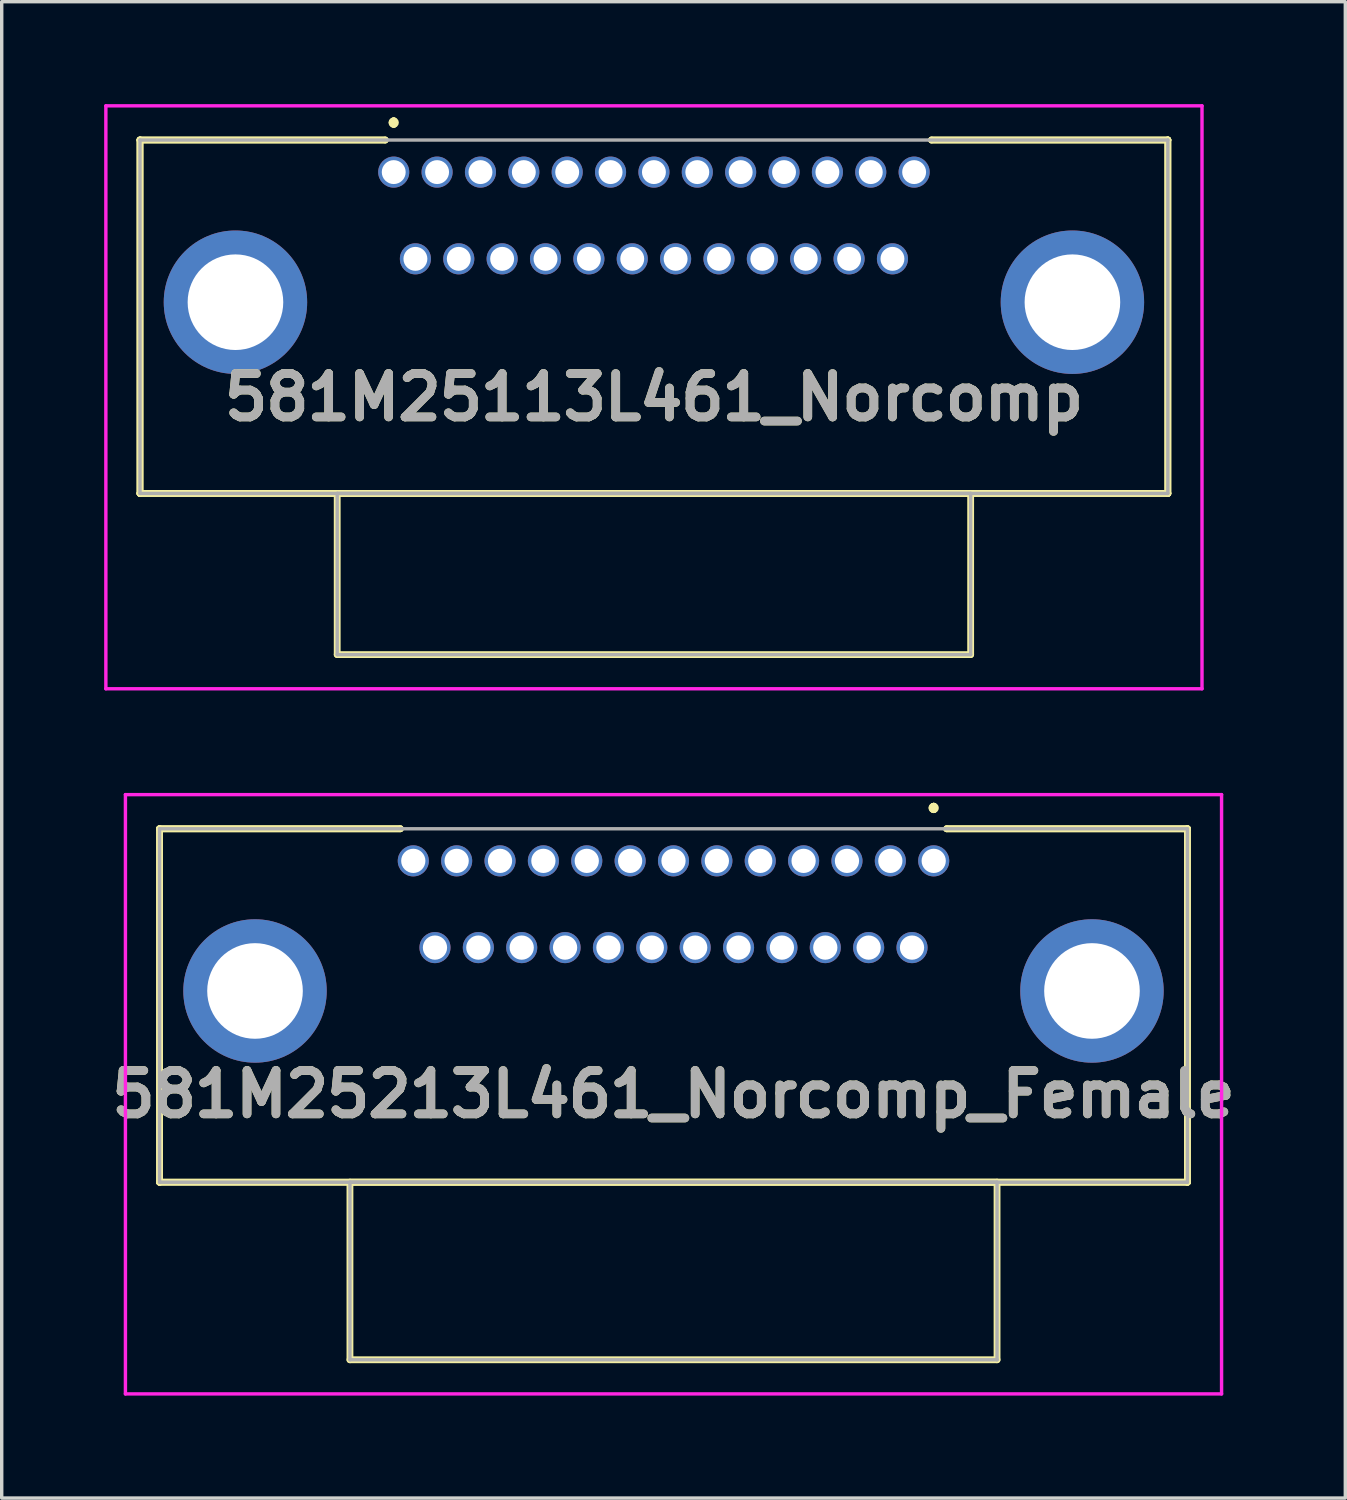
<source format=kicad_pcb>
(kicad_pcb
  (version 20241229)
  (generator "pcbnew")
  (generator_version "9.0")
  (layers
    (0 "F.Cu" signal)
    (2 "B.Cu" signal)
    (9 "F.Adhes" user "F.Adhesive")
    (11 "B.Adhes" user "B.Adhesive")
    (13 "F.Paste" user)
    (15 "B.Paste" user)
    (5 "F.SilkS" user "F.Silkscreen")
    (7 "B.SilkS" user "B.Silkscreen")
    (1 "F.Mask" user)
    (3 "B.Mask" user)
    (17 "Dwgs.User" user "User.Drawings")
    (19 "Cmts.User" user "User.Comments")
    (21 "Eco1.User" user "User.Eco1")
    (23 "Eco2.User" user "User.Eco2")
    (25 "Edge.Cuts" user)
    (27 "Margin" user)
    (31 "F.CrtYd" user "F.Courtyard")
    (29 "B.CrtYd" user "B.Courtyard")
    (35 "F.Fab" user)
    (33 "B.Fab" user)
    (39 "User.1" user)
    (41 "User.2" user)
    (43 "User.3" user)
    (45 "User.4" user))
  (footprint "581M25213L461_Norcomp_Female"
    (layer "F.Cu")
    (at 24.293 22.16)
    (property "Reference" "581M25213L461_Norcomp_Female" (at -7.62 6.835 0) (layer "F.SilkS") (effects (font (size 1.27 1.27) (thickness 0.254))))
    (attr through_hole)
    (fp_line (start -22.67 -0.94) (end -22.67 -0.94) (stroke (width 0.2) (type solid)) (layer "F.SilkS"))
    (fp_line (start -22.67 -0.94) (end -22.67 -0.94) (stroke (width 0.2) (type solid)) (layer "F.SilkS"))
    (fp_line (start -22.67 -0.94) (end -22.67 9.41) (stroke (width 0.2) (type solid)) (layer "F.SilkS"))
    (fp_line (start -22.67 -0.94) (end -15.62 -0.94) (stroke (width 0.2) (type solid)) (layer "F.SilkS"))
    (fp_line (start -22.67 9.41) (end -22.67 -0.94) (stroke (width 0.2) (type solid)) (layer "F.SilkS"))
    (fp_line (start -22.67 9.41) (end -22.67 9.41) (stroke (width 0.2) (type solid)) (layer "F.SilkS"))
    (fp_line (start -22.67 9.41) (end -22.67 9.41) (stroke (width 0.2) (type solid)) (layer "F.SilkS"))
    (fp_line (start -22.67 9.41) (end 7.43 9.41) (stroke (width 0.2) (type solid)) (layer "F.SilkS"))
    (fp_line (start -17.095 9.41) (end 1.855 9.41) (stroke (width 0.2) (type solid)) (layer "F.SilkS"))
    (fp_line (start -17.095 14.61) (end -17.095 9.41) (stroke (width 0.2) (type solid)) (layer "F.SilkS"))
    (fp_line (start -15.62 -0.94) (end -22.67 -0.94) (stroke (width 0.2) (type solid)) (layer "F.SilkS"))
    (fp_line (start -15.62 -0.94) (end -15.62 -0.94) (stroke (width 0.2) (type solid)) (layer "F.SilkS"))
    (fp_line (start 0 -1.6) (end 0 -1.6) (stroke (width 0.2) (type solid)) (layer "F.SilkS"))
    (fp_line (start 0 -1.6) (end 0 -1.6) (stroke (width 0.2) (type solid)) (layer "F.SilkS"))
    (fp_line (start 0 -1.5) (end 0 -1.5) (stroke (width 0.2) (type solid)) (layer "F.SilkS"))
    (fp_line (start 0.38 -0.94) (end 0.38 -0.94) (stroke (width 0.2) (type solid)) (layer "F.SilkS"))
    (fp_line (start 0.38 -0.94) (end 7.43 -0.94) (stroke (width 0.2) (type solid)) (layer "F.SilkS"))
    (fp_line (start 1.855 9.41) (end 1.855 14.61) (stroke (width 0.2) (type solid)) (layer "F.SilkS"))
    (fp_line (start 1.855 14.61) (end -17.095 14.61) (stroke (width 0.2) (type solid)) (layer "F.SilkS"))
    (fp_line (start 7.43 -0.94) (end 0.38 -0.94) (stroke (width 0.2) (type solid)) (layer "F.SilkS"))
    (fp_line (start 7.43 -0.94) (end 7.43 -0.94) (stroke (width 0.2) (type solid)) (layer "F.SilkS"))
    (fp_line (start 7.43 -0.94) (end 7.43 -0.94) (stroke (width 0.2) (type solid)) (layer "F.SilkS"))
    (fp_line (start 7.43 -0.94) (end 7.43 9.41) (stroke (width 0.2) (type solid)) (layer "F.SilkS"))
    (fp_line (start 7.43 9.41) (end -22.67 9.41) (stroke (width 0.2) (type solid)) (layer "F.SilkS"))
    (fp_line (start 7.43 9.41) (end 7.43 -0.94) (stroke (width 0.2) (type solid)) (layer "F.SilkS"))
    (fp_line (start 7.43 9.41) (end 7.43 9.41) (stroke (width 0.2) (type solid)) (layer "F.SilkS"))
    (fp_line (start 7.43 9.41) (end 7.43 9.41) (stroke (width 0.2) (type solid)) (layer "F.SilkS"))
    (fp_arc (start 0 -1.6) (mid 0.05 -1.55) (end 0 -1.5) (stroke (width 0.2) (type solid)) (layer "F.SilkS"))
    (fp_arc (start 0 -1.5) (mid -0.05 -1.55) (end 0 -1.6) (stroke (width 0.2) (type solid)) (layer "F.SilkS"))
    (fp_arc (start 0 -1.5) (mid -0.05 -1.55) (end 0 -1.6) (stroke (width 0.2) (type solid)) (layer "F.SilkS"))
    (fp_line (start -23.67 -1.94) (end 8.43 -1.94) (stroke (width 0.1) (type solid)) (layer "F.CrtYd"))
    (fp_line (start -23.67 15.61) (end -23.67 -1.94) (stroke (width 0.1) (type solid)) (layer "F.CrtYd"))
    (fp_line (start 8.43 -1.94) (end 8.43 15.61) (stroke (width 0.1) (type solid)) (layer "F.CrtYd"))
    (fp_line (start 8.43 15.61) (end -23.67 15.61) (stroke (width 0.1) (type solid)) (layer "F.CrtYd"))
    (fp_line (start -22.67 -0.94) (end -22.67 9.41) (stroke (width 0.1) (type solid)) (layer "F.Fab"))
    (fp_line (start -22.67 9.41) (end 7.43 9.41) (stroke (width 0.1) (type solid)) (layer "F.Fab"))
    (fp_line (start -17.095 9.41) (end 1.855 9.41) (stroke (width 0.1) (type solid)) (layer "F.Fab"))
    (fp_line (start -17.095 14.61) (end -17.095 9.41) (stroke (width 0.1) (type solid)) (layer "F.Fab"))
    (fp_line (start 1.855 9.41) (end 1.855 14.61) (stroke (width 0.1) (type solid)) (layer "F.Fab"))
    (fp_line (start 1.855 14.61) (end -17.095 14.61) (stroke (width 0.1) (type solid)) (layer "F.Fab"))
    (fp_line (start 7.43 -0.94) (end -22.67 -0.94) (stroke (width 0.1) (type solid)) (layer "F.Fab"))
    (fp_line (start 7.43 9.41) (end 7.43 -0.94) (stroke (width 0.1) (type solid)) (layer "F.Fab"))
    (fp_text user "${REFERENCE}" (at -7.62 6.835 0) (layer "F.Fab") (effects (font (size 1.27 1.27) (thickness 0.254))))
    (pad "0" thru_hole circle (at -19.875 3.81) (size 4.2 4.2) (drill 2.8) (layers "*.Cu" "*.Mask"))
    (pad "0" thru_hole circle (at 4.635 3.81) (size 4.2 4.2) (drill 2.8) (layers "*.Cu" "*.Mask"))
    (pad "1" thru_hole circle (at 0 0) (size 0.91 0.91) (drill 0.71) (layers "*.Cu" "*.Mask"))
    (pad "2" thru_hole circle (at -1.27 0) (size 0.91 0.91) (drill 0.71) (layers "*.Cu" "*.Mask"))
    (pad "3" thru_hole circle (at -2.54 0) (size 0.91 0.91) (drill 0.71) (layers "*.Cu" "*.Mask"))
    (pad "4" thru_hole circle (at -3.81 0) (size 0.91 0.91) (drill 0.71) (layers "*.Cu" "*.Mask"))
    (pad "5" thru_hole circle (at -5.08 0) (size 0.91 0.91) (drill 0.71) (layers "*.Cu" "*.Mask"))
    (pad "6" thru_hole circle (at -6.35 0) (size 0.91 0.91) (drill 0.71) (layers "*.Cu" "*.Mask"))
    (pad "7" thru_hole circle (at -7.62 0) (size 0.91 0.91) (drill 0.71) (layers "*.Cu" "*.Mask"))
    (pad "8" thru_hole circle (at -8.89 0) (size 0.91 0.91) (drill 0.71) (layers "*.Cu" "*.Mask"))
    (pad "9" thru_hole circle (at -10.16 0) (size 0.91 0.91) (drill 0.71) (layers "*.Cu" "*.Mask"))
    (pad "10" thru_hole circle (at -11.43 0) (size 0.91 0.91) (drill 0.71) (layers "*.Cu" "*.Mask"))
    (pad "11" thru_hole circle (at -12.7 0) (size 0.91 0.91) (drill 0.71) (layers "*.Cu" "*.Mask"))
    (pad "12" thru_hole circle (at -13.97 0) (size 0.91 0.91) (drill 0.71) (layers "*.Cu" "*.Mask"))
    (pad "13" thru_hole circle (at -15.24 0) (size 0.91 0.91) (drill 0.71) (layers "*.Cu" "*.Mask"))
    (pad "14" thru_hole circle (at -0.635 2.54) (size 0.91 0.91) (drill 0.71) (layers "*.Cu" "*.Mask"))
    (pad "15" thru_hole circle (at -1.905 2.54) (size 0.91 0.91) (drill 0.71) (layers "*.Cu" "*.Mask"))
    (pad "16" thru_hole circle (at -3.175 2.54) (size 0.91 0.91) (drill 0.71) (layers "*.Cu" "*.Mask"))
    (pad "17" thru_hole circle (at -4.445 2.54) (size 0.91 0.91) (drill 0.71) (layers "*.Cu" "*.Mask"))
    (pad "18" thru_hole circle (at -5.715 2.54) (size 0.91 0.91) (drill 0.71) (layers "*.Cu" "*.Mask"))
    (pad "19" thru_hole circle (at -6.985 2.54) (size 0.91 0.91) (drill 0.71) (layers "*.Cu" "*.Mask"))
    (pad "20" thru_hole circle (at -8.255 2.54) (size 0.91 0.91) (drill 0.71) (layers "*.Cu" "*.Mask"))
    (pad "21" thru_hole circle (at -9.525 2.54) (size 0.91 0.91) (drill 0.71) (layers "*.Cu" "*.Mask"))
    (pad "22" thru_hole circle (at -10.795 2.54) (size 0.91 0.91) (drill 0.71) (layers "*.Cu" "*.Mask"))
    (pad "23" thru_hole circle (at -12.065 2.54) (size 0.91 0.91) (drill 0.71) (layers "*.Cu" "*.Mask"))
    (pad "24" thru_hole circle (at -13.335 2.54) (size 0.91 0.91) (drill 0.71) (layers "*.Cu" "*.Mask"))
    (pad "25" thru_hole circle (at -14.605 2.54) (size 0.91 0.91) (drill 0.71) (layers "*.Cu" "*.Mask")))
  (footprint "581M25113L461_Norcomp"
    (layer "F.Cu")
    (at 8.48 1.99)
    (property "Reference" "581M25113L461_Norcomp" (at 7.62 6.595 0) (layer "F.SilkS") (effects (font (size 1.27 1.27) (thickness 0.254))))
    (attr through_hole)
    (fp_line (start -7.43 -0.94) (end -7.43 -0.94) (stroke (width 0.2) (type solid)) (layer "F.SilkS"))
    (fp_line (start -7.43 -0.94) (end -7.43 -0.94) (stroke (width 0.2) (type solid)) (layer "F.SilkS"))
    (fp_line (start -7.43 -0.94) (end -7.43 9.41) (stroke (width 0.2) (type solid)) (layer "F.SilkS"))
    (fp_line (start -7.43 -0.94) (end -0.25 -0.94) (stroke (width 0.2) (type solid)) (layer "F.SilkS"))
    (fp_line (start -7.43 9.41) (end -7.43 -0.94) (stroke (width 0.2) (type solid)) (layer "F.SilkS"))
    (fp_line (start -7.43 9.41) (end -7.43 9.41) (stroke (width 0.2) (type solid)) (layer "F.SilkS"))
    (fp_line (start -7.43 9.41) (end -7.43 9.41) (stroke (width 0.2) (type solid)) (layer "F.SilkS"))
    (fp_line (start -7.43 9.41) (end 22.67 9.41) (stroke (width 0.2) (type solid)) (layer "F.SilkS"))
    (fp_line (start -1.655 9.41) (end 16.895 9.41) (stroke (width 0.2) (type solid)) (layer "F.SilkS"))
    (fp_line (start -1.655 14.13) (end -1.655 9.41) (stroke (width 0.2) (type solid)) (layer "F.SilkS"))
    (fp_line (start -0.25 -0.94) (end -7.43 -0.94) (stroke (width 0.2) (type solid)) (layer "F.SilkS"))
    (fp_line (start -0.25 -0.94) (end -0.25 -0.94) (stroke (width 0.2) (type solid)) (layer "F.SilkS"))
    (fp_line (start 0 -1.5) (end 0 -1.5) (stroke (width 0.2) (type solid)) (layer "F.SilkS"))
    (fp_line (start 0 -1.5) (end 0 -1.5) (stroke (width 0.2) (type solid)) (layer "F.SilkS"))
    (fp_line (start 0 -1.4) (end 0 -1.4) (stroke (width 0.2) (type solid)) (layer "F.SilkS"))
    (fp_line (start 15.75 -0.94) (end 15.75 -0.94) (stroke (width 0.2) (type solid)) (layer "F.SilkS"))
    (fp_line (start 15.75 -0.94) (end 22.67 -0.94) (stroke (width 0.2) (type solid)) (layer "F.SilkS"))
    (fp_line (start 16.895 9.41) (end 16.895 14.13) (stroke (width 0.2) (type solid)) (layer "F.SilkS"))
    (fp_line (start 16.895 14.13) (end -1.655 14.13) (stroke (width 0.2) (type solid)) (layer "F.SilkS"))
    (fp_line (start 22.67 -0.94) (end 15.75 -0.94) (stroke (width 0.2) (type solid)) (layer "F.SilkS"))
    (fp_line (start 22.67 -0.94) (end 22.67 -0.94) (stroke (width 0.2) (type solid)) (layer "F.SilkS"))
    (fp_line (start 22.67 -0.94) (end 22.67 -0.94) (stroke (width 0.2) (type solid)) (layer "F.SilkS"))
    (fp_line (start 22.67 -0.94) (end 22.67 9.41) (stroke (width 0.2) (type solid)) (layer "F.SilkS"))
    (fp_line (start 22.67 9.41) (end -7.43 9.41) (stroke (width 0.2) (type solid)) (layer "F.SilkS"))
    (fp_line (start 22.67 9.41) (end 22.67 -0.94) (stroke (width 0.2) (type solid)) (layer "F.SilkS"))
    (fp_line (start 22.67 9.41) (end 22.67 9.41) (stroke (width 0.2) (type solid)) (layer "F.SilkS"))
    (fp_line (start 22.67 9.41) (end 22.67 9.41) (stroke (width 0.2) (type solid)) (layer "F.SilkS"))
    (fp_arc (start 0 -1.5) (mid 0.05 -1.45) (end 0 -1.4) (stroke (width 0.2) (type solid)) (layer "F.SilkS"))
    (fp_arc (start 0 -1.4) (mid -0.05 -1.45) (end 0 -1.5) (stroke (width 0.2) (type solid)) (layer "F.SilkS"))
    (fp_arc (start 0 -1.4) (mid -0.05 -1.45) (end 0 -1.5) (stroke (width 0.2) (type solid)) (layer "F.SilkS"))
    (fp_line (start -8.43 -1.94) (end 23.67 -1.94) (stroke (width 0.1) (type solid)) (layer "F.CrtYd"))
    (fp_line (start -8.43 15.13) (end -8.43 -1.94) (stroke (width 0.1) (type solid)) (layer "F.CrtYd"))
    (fp_line (start 23.67 -1.94) (end 23.67 15.13) (stroke (width 0.1) (type solid)) (layer "F.CrtYd"))
    (fp_line (start 23.67 15.13) (end -8.43 15.13) (stroke (width 0.1) (type solid)) (layer "F.CrtYd"))
    (fp_line (start -7.43 -0.94) (end -7.43 9.41) (stroke (width 0.1) (type solid)) (layer "F.Fab"))
    (fp_line (start -7.43 9.41) (end 22.67 9.41) (stroke (width 0.1) (type solid)) (layer "F.Fab"))
    (fp_line (start -1.655 9.41) (end 16.895 9.41) (stroke (width 0.1) (type solid)) (layer "F.Fab"))
    (fp_line (start -1.655 14.13) (end -1.655 9.41) (stroke (width 0.1) (type solid)) (layer "F.Fab"))
    (fp_line (start 16.895 9.41) (end 16.895 14.13) (stroke (width 0.1) (type solid)) (layer "F.Fab"))
    (fp_line (start 16.895 14.13) (end -1.655 14.13) (stroke (width 0.1) (type solid)) (layer "F.Fab"))
    (fp_line (start 22.67 -0.94) (end -7.43 -0.94) (stroke (width 0.1) (type solid)) (layer "F.Fab"))
    (fp_line (start 22.67 9.41) (end 22.67 -0.94) (stroke (width 0.1) (type solid)) (layer "F.Fab"))
    (fp_text user "${REFERENCE}" (at 7.62 6.595 0) (layer "F.Fab") (effects (font (size 1.27 1.27) (thickness 0.254))))
    (pad "0" thru_hole circle (at -4.635 3.81) (size 4.2 4.2) (drill 2.8) (layers "*.Cu" "*.Mask"))
    (pad "0" thru_hole circle (at 19.875 3.81) (size 4.2 4.2) (drill 2.8) (layers "*.Cu" "*.Mask"))
    (pad "1" thru_hole circle (at 0 0) (size 0.91 0.91) (drill 0.7) (layers "*.Cu" "*.Mask"))
    (pad "2" thru_hole circle (at 1.27 0) (size 0.91 0.91) (drill 0.7) (layers "*.Cu" "*.Mask"))
    (pad "3" thru_hole circle (at 2.54 0) (size 0.91 0.91) (drill 0.7) (layers "*.Cu" "*.Mask"))
    (pad "4" thru_hole circle (at 3.81 0) (size 0.91 0.91) (drill 0.7) (layers "*.Cu" "*.Mask"))
    (pad "5" thru_hole circle (at 5.08 0) (size 0.91 0.91) (drill 0.7) (layers "*.Cu" "*.Mask"))
    (pad "6" thru_hole circle (at 6.35 0) (size 0.91 0.91) (drill 0.7) (layers "*.Cu" "*.Mask"))
    (pad "7" thru_hole circle (at 7.62 0) (size 0.91 0.91) (drill 0.7) (layers "*.Cu" "*.Mask"))
    (pad "8" thru_hole circle (at 8.89 0) (size 0.91 0.91) (drill 0.7) (layers "*.Cu" "*.Mask"))
    (pad "9" thru_hole circle (at 10.16 0) (size 0.91 0.91) (drill 0.7) (layers "*.Cu" "*.Mask"))
    (pad "10" thru_hole circle (at 11.43 0) (size 0.91 0.91) (drill 0.7) (layers "*.Cu" "*.Mask"))
    (pad "11" thru_hole circle (at 12.7 0) (size 0.91 0.91) (drill 0.7) (layers "*.Cu" "*.Mask"))
    (pad "12" thru_hole circle (at 13.97 0) (size 0.91 0.91) (drill 0.7) (layers "*.Cu" "*.Mask"))
    (pad "13" thru_hole circle (at 15.24 0) (size 0.91 0.91) (drill 0.7) (layers "*.Cu" "*.Mask"))
    (pad "14" thru_hole circle (at 0.635 2.54) (size 0.91 0.91) (drill 0.7) (layers "*.Cu" "*.Mask"))
    (pad "15" thru_hole circle (at 1.905 2.54) (size 0.91 0.91) (drill 0.7) (layers "*.Cu" "*.Mask"))
    (pad "16" thru_hole circle (at 3.175 2.54) (size 0.91 0.91) (drill 0.7) (layers "*.Cu" "*.Mask"))
    (pad "17" thru_hole circle (at 4.445 2.54) (size 0.91 0.91) (drill 0.7) (layers "*.Cu" "*.Mask"))
    (pad "18" thru_hole circle (at 5.715 2.54) (size 0.91 0.91) (drill 0.7) (layers "*.Cu" "*.Mask"))
    (pad "19" thru_hole circle (at 6.985 2.54) (size 0.91 0.91) (drill 0.7) (layers "*.Cu" "*.Mask"))
    (pad "20" thru_hole circle (at 8.255 2.54) (size 0.91 0.91) (drill 0.7) (layers "*.Cu" "*.Mask"))
    (pad "21" thru_hole circle (at 9.525 2.54) (size 0.91 0.91) (drill 0.7) (layers "*.Cu" "*.Mask"))
    (pad "22" thru_hole circle (at 10.795 2.54) (size 0.91 0.91) (drill 0.7) (layers "*.Cu" "*.Mask"))
    (pad "23" thru_hole circle (at 12.065 2.54) (size 0.91 0.91) (drill 0.7) (layers "*.Cu" "*.Mask"))
    (pad "24" thru_hole circle (at 13.335 2.54) (size 0.91 0.91) (drill 0.7) (layers "*.Cu" "*.Mask"))
    (pad "25" thru_hole circle (at 14.605 2.54) (size 0.91 0.91) (drill 0.7) (layers "*.Cu" "*.Mask")))
  (gr_rect
    (start -3 -3)
    (end 36.347 40.82)
    (stroke (width 0.1) (type default))
    (fill no)
    (layer "Edge.Cuts")))
</source>
